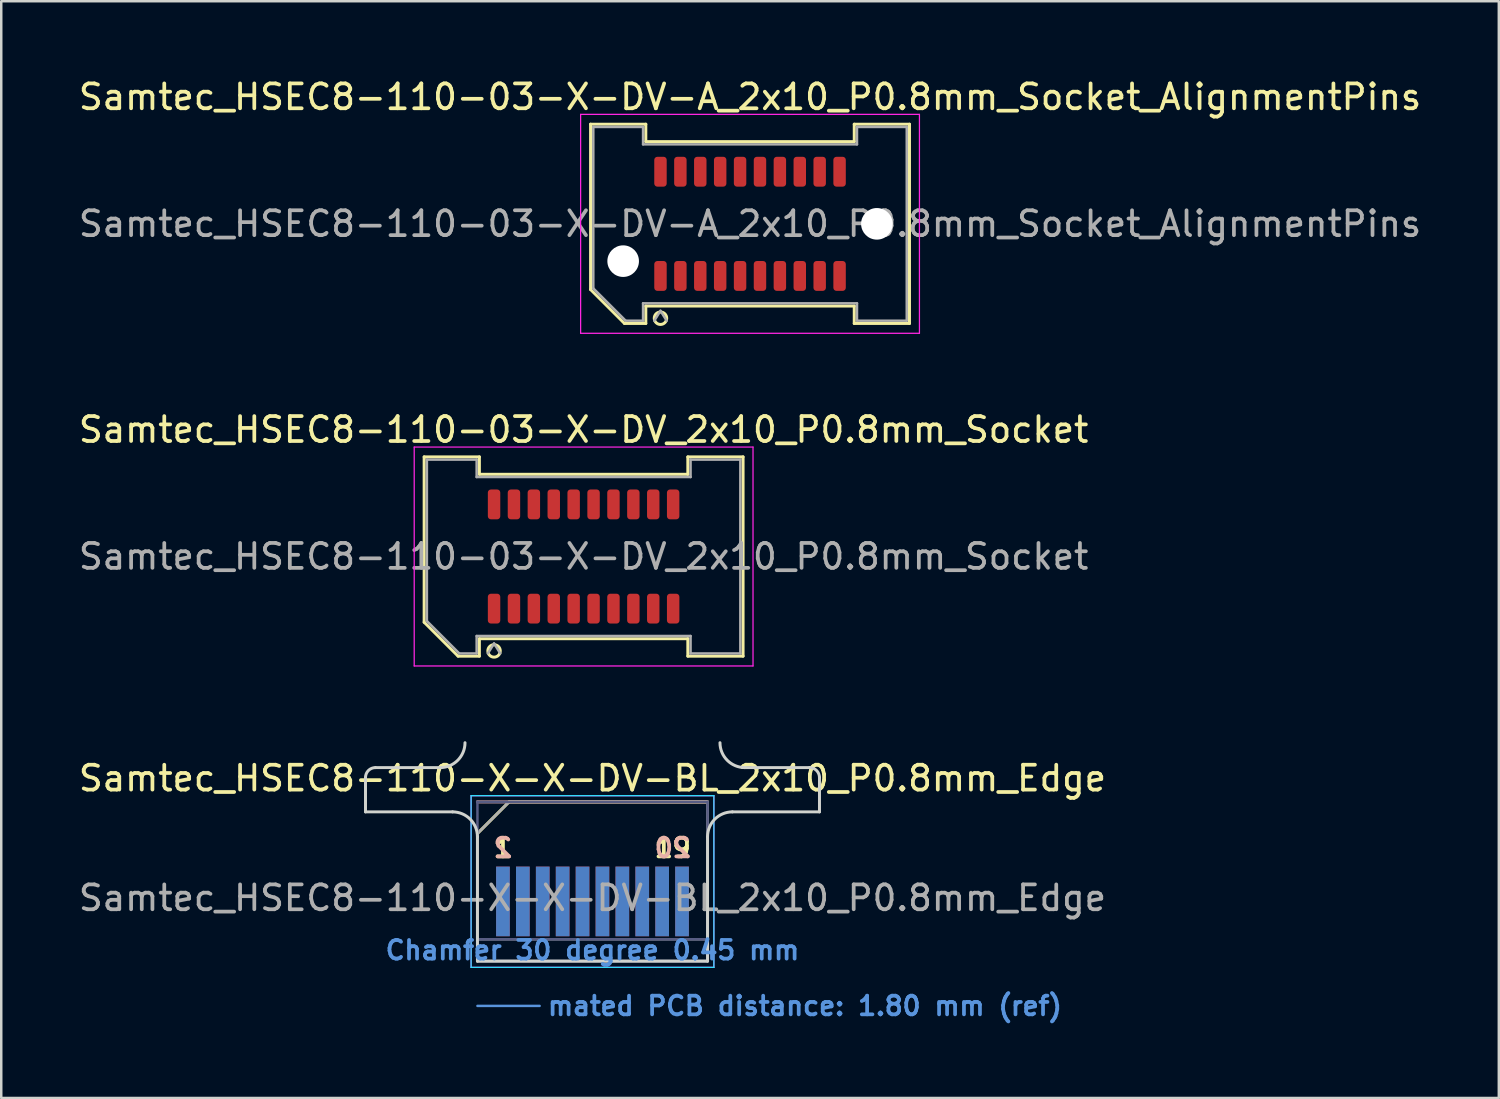
<source format=kicad_pcb>
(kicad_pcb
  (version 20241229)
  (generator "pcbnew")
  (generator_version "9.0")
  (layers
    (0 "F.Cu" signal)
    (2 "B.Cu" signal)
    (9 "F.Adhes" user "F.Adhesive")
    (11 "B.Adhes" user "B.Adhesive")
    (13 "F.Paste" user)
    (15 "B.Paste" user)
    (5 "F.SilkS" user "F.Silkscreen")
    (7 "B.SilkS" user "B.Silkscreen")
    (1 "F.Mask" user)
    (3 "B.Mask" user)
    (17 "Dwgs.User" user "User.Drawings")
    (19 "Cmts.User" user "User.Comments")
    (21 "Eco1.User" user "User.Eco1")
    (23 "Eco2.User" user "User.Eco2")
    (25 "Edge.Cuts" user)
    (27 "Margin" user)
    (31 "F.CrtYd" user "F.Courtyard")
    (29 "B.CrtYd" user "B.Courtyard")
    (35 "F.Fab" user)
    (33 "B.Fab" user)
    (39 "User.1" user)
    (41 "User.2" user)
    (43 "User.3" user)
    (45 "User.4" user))
  (footprint "Samtec_HSEC8-110-03-X-DV_2x10_P0.8mm_Socket"
    (layer "F.Cu")
    (at 20.411 19.322)
    (property "Reference" "Samtec_HSEC8-110-03-X-DV_2x10_P0.8mm_Socket" (at 0 -5.1 0) (layer "F.SilkS") (effects (font (size 1 1) (thickness 0.15))))
    (attr smd)
    (fp_line (start -6.41 -4.005) (end -4.19 -4.005) (stroke (width 0.12) (type solid)) (layer "F.SilkS"))
    (fp_line (start -6.41 2.641) (end -6.41 -4.005) (stroke (width 0.12) (type solid)) (layer "F.SilkS"))
    (fp_line (start -5.046 4.005) (end -6.41 2.641) (stroke (width 0.12) (type solid)) (layer "F.SilkS"))
    (fp_line (start -4.19 -4.005) (end -4.19 -3.305) (stroke (width 0.12) (type solid)) (layer "F.SilkS"))
    (fp_line (start -4.19 -3.305) (end 4.19 -3.305) (stroke (width 0.12) (type solid)) (layer "F.SilkS"))
    (fp_line (start -4.19 3.305) (end -4.19 4.005) (stroke (width 0.12) (type solid)) (layer "F.SilkS"))
    (fp_line (start -4.19 4.005) (end -5.046 4.005) (stroke (width 0.12) (type solid)) (layer "F.SilkS"))
    (fp_line (start 4.19 -4.005) (end 6.41 -4.005) (stroke (width 0.12) (type solid)) (layer "F.SilkS"))
    (fp_line (start 4.19 -3.305) (end 4.19 -4.005) (stroke (width 0.12) (type solid)) (layer "F.SilkS"))
    (fp_line (start 4.19 3.305) (end -4.19 3.305) (stroke (width 0.12) (type solid)) (layer "F.SilkS"))
    (fp_line (start 4.19 4.005) (end 4.19 3.305) (stroke (width 0.12) (type solid)) (layer "F.SilkS"))
    (fp_line (start 6.41 -4.005) (end 6.41 4.005) (stroke (width 0.12) (type solid)) (layer "F.SilkS"))
    (fp_line (start 6.41 4.005) (end 4.19 4.005) (stroke (width 0.12) (type solid)) (layer "F.SilkS"))
    (fp_arc (start -3.35 3.795) (mid -3.85 3.795) (end -3.35 3.795) (stroke (width 0.12) (type solid)) (layer "F.SilkS"))
    (fp_line (start -6.81 -4.4) (end -6.81 4.4) (stroke (width 0.05) (type solid)) (layer "F.CrtYd"))
    (fp_line (start -6.81 4.4) (end 6.81 4.4) (stroke (width 0.05) (type solid)) (layer "F.CrtYd"))
    (fp_line (start 6.81 -4.4) (end -6.81 -4.4) (stroke (width 0.05) (type solid)) (layer "F.CrtYd"))
    (fp_line (start 6.81 4.4) (end 6.81 -4.4) (stroke (width 0.05) (type solid)) (layer "F.CrtYd"))
    (fp_line (start -6.3 -3.895) (end -4.3 -3.895) (stroke (width 0.1) (type solid)) (layer "F.Fab"))
    (fp_line (start -6.3 2.595) (end -6.3 -3.895) (stroke (width 0.1) (type solid)) (layer "F.Fab"))
    (fp_line (start -5 3.895) (end -6.3 2.595) (stroke (width 0.1) (type solid)) (layer "F.Fab"))
    (fp_line (start -4.3 -3.895) (end -4.3 -3.195) (stroke (width 0.1) (type solid)) (layer "F.Fab"))
    (fp_line (start -4.3 -3.195) (end 4.3 -3.195) (stroke (width 0.1) (type solid)) (layer "F.Fab"))
    (fp_line (start -4.3 3.195) (end -4.3 3.895) (stroke (width 0.1) (type solid)) (layer "F.Fab"))
    (fp_line (start -4.3 3.895) (end -5 3.895) (stroke (width 0.1) (type solid)) (layer "F.Fab"))
    (fp_line (start -3.6 3.495) (end -3.85 3.895) (stroke (width 0.1) (type solid)) (layer "F.Fab"))
    (fp_line (start -3.6 3.495) (end -3.35 3.895) (stroke (width 0.1) (type solid)) (layer "F.Fab"))
    (fp_line (start 4.3 -3.895) (end 6.3 -3.895) (stroke (width 0.1) (type solid)) (layer "F.Fab"))
    (fp_line (start 4.3 -3.195) (end 4.3 -3.895) (stroke (width 0.1) (type solid)) (layer "F.Fab"))
    (fp_line (start 4.3 3.195) (end -4.3 3.195) (stroke (width 0.1) (type solid)) (layer "F.Fab"))
    (fp_line (start 4.3 3.895) (end 4.3 3.195) (stroke (width 0.1) (type solid)) (layer "F.Fab"))
    (fp_line (start 6.3 -3.895) (end 6.3 3.895) (stroke (width 0.1) (type solid)) (layer "F.Fab"))
    (fp_line (start 6.3 3.895) (end 4.3 3.895) (stroke (width 0.1) (type solid)) (layer "F.Fab"))
    (fp_text user "${REFERENCE}" (at 0 0 0) (layer "F.Fab") (effects (font (size 1 1) (thickness 0.15))))
    (pad "1" smd roundrect (at -3.6 2.095) (size 0.5 1.2) (layers "F.Cu" "F.Mask" "F.Paste") (roundrect_rratio 0.25))
    (pad "2" smd roundrect (at -3.6 -2.095) (size 0.5 1.2) (layers "F.Cu" "F.Mask" "F.Paste") (roundrect_rratio 0.25))
    (pad "3" smd roundrect (at -2.8 2.095) (size 0.5 1.2) (layers "F.Cu" "F.Mask" "F.Paste") (roundrect_rratio 0.25))
    (pad "4" smd roundrect (at -2.8 -2.095) (size 0.5 1.2) (layers "F.Cu" "F.Mask" "F.Paste") (roundrect_rratio 0.25))
    (pad "5" smd roundrect (at -2 2.095) (size 0.5 1.2) (layers "F.Cu" "F.Mask" "F.Paste") (roundrect_rratio 0.25))
    (pad "6" smd roundrect (at -2 -2.095) (size 0.5 1.2) (layers "F.Cu" "F.Mask" "F.Paste") (roundrect_rratio 0.25))
    (pad "7" smd roundrect (at -1.2 2.095) (size 0.5 1.2) (layers "F.Cu" "F.Mask" "F.Paste") (roundrect_rratio 0.25))
    (pad "8" smd roundrect (at -1.2 -2.095) (size 0.5 1.2) (layers "F.Cu" "F.Mask" "F.Paste") (roundrect_rratio 0.25))
    (pad "9" smd roundrect (at -0.4 2.095) (size 0.5 1.2) (layers "F.Cu" "F.Mask" "F.Paste") (roundrect_rratio 0.25))
    (pad "10" smd roundrect (at -0.4 -2.095) (size 0.5 1.2) (layers "F.Cu" "F.Mask" "F.Paste") (roundrect_rratio 0.25))
    (pad "11" smd roundrect (at 0.4 2.095) (size 0.5 1.2) (layers "F.Cu" "F.Mask" "F.Paste") (roundrect_rratio 0.25))
    (pad "12" smd roundrect (at 0.4 -2.095) (size 0.5 1.2) (layers "F.Cu" "F.Mask" "F.Paste") (roundrect_rratio 0.25))
    (pad "13" smd roundrect (at 1.2 2.095) (size 0.5 1.2) (layers "F.Cu" "F.Mask" "F.Paste") (roundrect_rratio 0.25))
    (pad "14" smd roundrect (at 1.2 -2.095) (size 0.5 1.2) (layers "F.Cu" "F.Mask" "F.Paste") (roundrect_rratio 0.25))
    (pad "15" smd roundrect (at 2 2.095) (size 0.5 1.2) (layers "F.Cu" "F.Mask" "F.Paste") (roundrect_rratio 0.25))
    (pad "16" smd roundrect (at 2 -2.095) (size 0.5 1.2) (layers "F.Cu" "F.Mask" "F.Paste") (roundrect_rratio 0.25))
    (pad "17" smd roundrect (at 2.8 2.095) (size 0.5 1.2) (layers "F.Cu" "F.Mask" "F.Paste") (roundrect_rratio 0.25))
    (pad "18" smd roundrect (at 2.8 -2.095) (size 0.5 1.2) (layers "F.Cu" "F.Mask" "F.Paste") (roundrect_rratio 0.25))
    (pad "19" smd roundrect (at 3.6 2.095) (size 0.5 1.2) (layers "F.Cu" "F.Mask" "F.Paste") (roundrect_rratio 0.25))
    (pad "20" smd roundrect (at 3.6 -2.095) (size 0.5 1.2) (layers "F.Cu" "F.Mask" "F.Paste") (roundrect_rratio 0.25)))
  (footprint "Samtec_HSEC8-110-X-X-DV-BL_2x10_P0.8mm_Edge"
    (layer "F.Cu")
    (at 20.768 35.587)
    (property "Reference" "Samtec_HSEC8-110-X-X-DV-BL_2x10_P0.8mm_Edge" (at 0 -7.35 0) (layer "F.SilkS") (effects (font (size 1 1) (thickness 0.15))))
    (attr exclude_from_pos_files exclude_from_bom)
    (fp_line (start -4.625 -5.13) (end -3.355 -6.4) (stroke (width 0.12) (type solid)) (layer "F.SilkS"))
    (fp_line (start -3.355 -6.4) (end 4.625 -6.4) (stroke (width 0.12) (type solid)) (layer "F.SilkS"))
    (fp_line (start -4.625 -6.4) (end -4.625 -6.4) (stroke (width 0.12) (type solid)) (layer "B.SilkS"))
    (fp_line (start -4.625 -6.4) (end 4.625 -6.4) (stroke (width 0.12) (type solid)) (layer "B.SilkS"))
    (fp_line (start -4.625 1.8) (end -2.125 1.8) (stroke (width 0.1) (type solid)) (layer "Cmts.User"))
    (fp_line (start -9.125 -6) (end -9.125 -7.38) (stroke (width 0.12) (type solid)) (layer "Edge.Cuts"))
    (fp_line (start -8.725 -7.78) (end -6.125 -7.78) (stroke (width 0.12) (type solid)) (layer "Edge.Cuts"))
    (fp_line (start -5.625 -6) (end -9.125 -6) (stroke (width 0.12) (type solid)) (layer "Edge.Cuts"))
    (fp_line (start -4.625 -5) (end -4.625 0) (stroke (width 0.12) (type solid)) (layer "Edge.Cuts"))
    (fp_line (start -4.625 0) (end 4.625 0) (stroke (width 0.12) (type solid)) (layer "Edge.Cuts"))
    (fp_line (start 4.625 0) (end 4.625 -5) (stroke (width 0.12) (type solid)) (layer "Edge.Cuts"))
    (fp_line (start 5.625 -6) (end 9.125 -6) (stroke (width 0.12) (type solid)) (layer "Edge.Cuts"))
    (fp_line (start 8.725 -7.78) (end 6.125 -7.78) (stroke (width 0.12) (type solid)) (layer "Edge.Cuts"))
    (fp_line (start 9.125 -6) (end 9.125 -7.38) (stroke (width 0.12) (type solid)) (layer "Edge.Cuts"))
    (fp_arc (start -9.125 -7.38) (mid -9.007843 -7.662843) (end -8.725 -7.78) (stroke (width 0.12) (type solid)) (layer "Edge.Cuts"))
    (fp_arc (start -5.625 -6) (mid -4.917893 -5.707107) (end -4.625 -5) (stroke (width 0.12) (type solid)) (layer "Edge.Cuts"))
    (fp_arc (start -5.125 -8.78) (mid -5.417893 -8.072893) (end -6.125 -7.78) (stroke (width 0.12) (type solid)) (layer "Edge.Cuts"))
    (fp_arc (start 4.625 -5) (mid 4.917893 -5.707107) (end 5.625 -6) (stroke (width 0.12) (type solid)) (layer "Edge.Cuts"))
    (fp_arc (start 6.125 -7.78) (mid 5.417893 -8.072893) (end 5.125 -8.78) (stroke (width 0.12) (type solid)) (layer "Edge.Cuts"))
    (fp_arc (start 8.725 -7.78) (mid 9.007843 -7.662843) (end 9.125 -7.38) (stroke (width 0.12) (type solid)) (layer "Edge.Cuts"))
    (fp_line (start -4.88 -6.65) (end -4.88 0.25) (stroke (width 0.05) (type solid)) (layer "B.CrtYd"))
    (fp_line (start -4.88 0.25) (end 4.88 0.25) (stroke (width 0.05) (type solid)) (layer "B.CrtYd"))
    (fp_line (start 4.88 -6.65) (end -4.88 -6.65) (stroke (width 0.05) (type solid)) (layer "B.CrtYd"))
    (fp_line (start 4.88 0.25) (end 4.88 -6.65) (stroke (width 0.05) (type solid)) (layer "B.CrtYd"))
    (fp_line (start -4.88 -6.65) (end -4.88 0.25) (stroke (width 0.05) (type solid)) (layer "F.CrtYd"))
    (fp_line (start -4.88 0.25) (end 4.88 0.25) (stroke (width 0.05) (type solid)) (layer "F.CrtYd"))
    (fp_line (start 4.88 -6.65) (end -4.88 -6.65) (stroke (width 0.05) (type solid)) (layer "F.CrtYd"))
    (fp_line (start 4.88 0.25) (end 4.88 -6.65) (stroke (width 0.05) (type solid)) (layer "F.CrtYd"))
    (fp_line (start -4.625 -6.4) (end -4.625 -6.4) (stroke (width 0.1) (type solid)) (layer "B.Fab"))
    (fp_line (start -4.625 -6.4) (end -4.625 0) (stroke (width 0.1) (type solid)) (layer "B.Fab"))
    (fp_line (start -4.625 -6.4) (end 4.625 -6.4) (stroke (width 0.1) (type solid)) (layer "B.Fab"))
    (fp_line (start -4.625 -0.88) (end 4.625 -0.88) (stroke (width 0.1) (type solid)) (layer "B.Fab"))
    (fp_line (start -4.625 0) (end 4.625 0) (stroke (width 0.1) (type solid)) (layer "B.Fab"))
    (fp_line (start 4.625 -6.4) (end 4.625 0) (stroke (width 0.1) (type solid)) (layer "B.Fab"))
    (fp_line (start -4.625 -5.13) (end -4.625 0) (stroke (width 0.1) (type solid)) (layer "F.Fab"))
    (fp_line (start -4.625 -5.13) (end -3.355 -6.4) (stroke (width 0.1) (type solid)) (layer "F.Fab"))
    (fp_line (start -4.625 -0.88) (end 4.625 -0.88) (stroke (width 0.1) (type solid)) (layer "F.Fab"))
    (fp_line (start -4.625 0) (end 4.625 0) (stroke (width 0.1) (type solid)) (layer "F.Fab"))
    (fp_line (start -3.355 -6.4) (end 4.625 -6.4) (stroke (width 0.1) (type solid)) (layer "F.Fab"))
    (fp_line (start 4.625 -6.4) (end 4.625 0) (stroke (width 0.1) (type solid)) (layer "F.Fab"))
    (fp_text user "19" (at 3.225 -4.55 0) (layer "F.SilkS") (effects (font (size 0.75 0.75) (thickness 0.15))))
    (fp_text user "1" (at -3.6 -4.55 0) (layer "F.SilkS") (effects (font (size 0.75 0.75) (thickness 0.15))))
    (fp_text user "2" (at -3.6 -4.55 0) (layer "B.SilkS") (effects (font (size 0.75 0.75) (thickness 0.15)) (justify mirror)))
    (fp_text user "20" (at 3.225 -4.55 0) (layer "B.SilkS") (effects (font (size 0.75 0.75) (thickness 0.15)) (justify mirror)))
    (fp_text user "Chamfer 30 degree 0.45 mm" (at 0 -0.44 0) (layer "Cmts.User") (effects (font (size 0.75 0.75) (thickness 0.15))))
    (fp_text user "mated PCB distance: 1.80 mm (ref)" (at -1.88 1.8 0) (layer "Cmts.User") (effects (font (size 0.75 0.75) (thickness 0.15)) (justify left)))
    (fp_text user "${REFERENCE}" (at 0 -2.54 0) (layer "F.Fab") (effects (font (size 1 1) (thickness 0.15))))
    (pad "1" connect rect (at -3.6 -2.4) (size 0.55 2.8) (layers "F.Cu" "F.Mask"))
    (pad "2" connect rect (at -3.6 -2.4) (size 0.55 2.8) (layers "B.Cu" "B.Mask"))
    (pad "3" connect rect (at -2.8 -2.4) (size 0.55 2.8) (layers "F.Cu" "F.Mask"))
    (pad "4" connect rect (at -2.8 -2.4) (size 0.55 2.8) (layers "B.Cu" "B.Mask"))
    (pad "5" connect rect (at -2 -2.4) (size 0.55 2.8) (layers "F.Cu" "F.Mask"))
    (pad "6" connect rect (at -2 -2.4) (size 0.55 2.8) (layers "B.Cu" "B.Mask"))
    (pad "7" connect rect (at -1.2 -2.4) (size 0.55 2.8) (layers "F.Cu" "F.Mask"))
    (pad "8" connect rect (at -1.2 -2.4) (size 0.55 2.8) (layers "B.Cu" "B.Mask"))
    (pad "9" connect rect (at -0.4 -2.4) (size 0.55 2.8) (layers "F.Cu" "F.Mask"))
    (pad "10" connect rect (at -0.4 -2.4) (size 0.55 2.8) (layers "B.Cu" "B.Mask"))
    (pad "11" connect rect (at 0.4 -2.4) (size 0.55 2.8) (layers "F.Cu" "F.Mask"))
    (pad "12" connect rect (at 0.4 -2.4) (size 0.55 2.8) (layers "B.Cu" "B.Mask"))
    (pad "13" connect rect (at 1.2 -2.4) (size 0.55 2.8) (layers "F.Cu" "F.Mask"))
    (pad "14" connect rect (at 1.2 -2.4) (size 0.55 2.8) (layers "B.Cu" "B.Mask"))
    (pad "15" connect rect (at 2 -2.4) (size 0.55 2.8) (layers "F.Cu" "F.Mask"))
    (pad "16" connect rect (at 2 -2.4) (size 0.55 2.8) (layers "B.Cu" "B.Mask"))
    (pad "17" connect rect (at 2.8 -2.4) (size 0.55 2.8) (layers "F.Cu" "F.Mask"))
    (pad "18" connect rect (at 2.8 -2.4) (size 0.55 2.8) (layers "B.Cu" "B.Mask"))
    (pad "19" connect rect (at 3.6 -2.4) (size 0.55 2.8) (layers "F.Cu" "F.Mask"))
    (pad "20" connect rect (at 3.6 -2.4) (size 0.55 2.8) (layers "B.Cu" "B.Mask")))
  (footprint "Samtec_HSEC8-110-03-X-DV-A_2x10_P0.8mm_Socket_AlignmentPins"
    (layer "F.Cu")
    (at 27.101 5.948)
    (property "Reference" "Samtec_HSEC8-110-03-X-DV-A_2x10_P0.8mm_Socket_AlignmentPins" (at 0 -5.1 0) (layer "F.SilkS") (effects (font (size 1 1) (thickness 0.15))))
    (attr smd)
    (fp_line (start -6.41 -4.005) (end -4.19 -4.005) (stroke (width 0.12) (type solid)) (layer "F.SilkS"))
    (fp_line (start -6.41 2.641) (end -6.41 -4.005) (stroke (width 0.12) (type solid)) (layer "F.SilkS"))
    (fp_line (start -5.046 4.005) (end -6.41 2.641) (stroke (width 0.12) (type solid)) (layer "F.SilkS"))
    (fp_line (start -4.19 -4.005) (end -4.19 -3.305) (stroke (width 0.12) (type solid)) (layer "F.SilkS"))
    (fp_line (start -4.19 -3.305) (end 4.19 -3.305) (stroke (width 0.12) (type solid)) (layer "F.SilkS"))
    (fp_line (start -4.19 3.305) (end -4.19 4.005) (stroke (width 0.12) (type solid)) (layer "F.SilkS"))
    (fp_line (start -4.19 4.005) (end -5.046 4.005) (stroke (width 0.12) (type solid)) (layer "F.SilkS"))
    (fp_line (start 4.19 -4.005) (end 6.41 -4.005) (stroke (width 0.12) (type solid)) (layer "F.SilkS"))
    (fp_line (start 4.19 -3.305) (end 4.19 -4.005) (stroke (width 0.12) (type solid)) (layer "F.SilkS"))
    (fp_line (start 4.19 3.305) (end -4.19 3.305) (stroke (width 0.12) (type solid)) (layer "F.SilkS"))
    (fp_line (start 4.19 4.005) (end 4.19 3.305) (stroke (width 0.12) (type solid)) (layer "F.SilkS"))
    (fp_line (start 6.41 -4.005) (end 6.41 4.005) (stroke (width 0.12) (type solid)) (layer "F.SilkS"))
    (fp_line (start 6.41 4.005) (end 4.19 4.005) (stroke (width 0.12) (type solid)) (layer "F.SilkS"))
    (fp_arc (start -3.35 3.795) (mid -3.85 3.795) (end -3.35 3.795) (stroke (width 0.12) (type solid)) (layer "F.SilkS"))
    (fp_line (start -6.81 -4.4) (end -6.81 4.4) (stroke (width 0.05) (type solid)) (layer "F.CrtYd"))
    (fp_line (start -6.81 4.4) (end 6.81 4.4) (stroke (width 0.05) (type solid)) (layer "F.CrtYd"))
    (fp_line (start 6.81 -4.4) (end -6.81 -4.4) (stroke (width 0.05) (type solid)) (layer "F.CrtYd"))
    (fp_line (start 6.81 4.4) (end 6.81 -4.4) (stroke (width 0.05) (type solid)) (layer "F.CrtYd"))
    (fp_line (start -6.3 -3.895) (end -4.3 -3.895) (stroke (width 0.1) (type solid)) (layer "F.Fab"))
    (fp_line (start -6.3 2.595) (end -6.3 -3.895) (stroke (width 0.1) (type solid)) (layer "F.Fab"))
    (fp_line (start -5 3.895) (end -6.3 2.595) (stroke (width 0.1) (type solid)) (layer "F.Fab"))
    (fp_line (start -4.3 -3.895) (end -4.3 -3.195) (stroke (width 0.1) (type solid)) (layer "F.Fab"))
    (fp_line (start -4.3 -3.195) (end 4.3 -3.195) (stroke (width 0.1) (type solid)) (layer "F.Fab"))
    (fp_line (start -4.3 3.195) (end -4.3 3.895) (stroke (width 0.1) (type solid)) (layer "F.Fab"))
    (fp_line (start -4.3 3.895) (end -5 3.895) (stroke (width 0.1) (type solid)) (layer "F.Fab"))
    (fp_line (start -3.6 3.495) (end -3.85 3.895) (stroke (width 0.1) (type solid)) (layer "F.Fab"))
    (fp_line (start -3.6 3.495) (end -3.35 3.895) (stroke (width 0.1) (type solid)) (layer "F.Fab"))
    (fp_line (start 4.3 -3.895) (end 6.3 -3.895) (stroke (width 0.1) (type solid)) (layer "F.Fab"))
    (fp_line (start 4.3 -3.195) (end 4.3 -3.895) (stroke (width 0.1) (type solid)) (layer "F.Fab"))
    (fp_line (start 4.3 3.195) (end -4.3 3.195) (stroke (width 0.1) (type solid)) (layer "F.Fab"))
    (fp_line (start 4.3 3.895) (end 4.3 3.195) (stroke (width 0.1) (type solid)) (layer "F.Fab"))
    (fp_line (start 6.3 -3.895) (end 6.3 3.895) (stroke (width 0.1) (type solid)) (layer "F.Fab"))
    (fp_line (start 6.3 3.895) (end 4.3 3.895) (stroke (width 0.1) (type solid)) (layer "F.Fab"))
    (fp_text user "${REFERENCE}" (at 0 0 0) (layer "F.Fab") (effects (font (size 1 1) (thickness 0.15))))
    (pad "" np_thru_hole circle (at -5.1 1.5) (size 1.27 1.27) (drill 1.27) (layers "*.Cu" "*.Mask"))
    (pad "" np_thru_hole circle (at 5.1 0) (size 1.27 1.27) (drill 1.27) (layers "*.Cu" "*.Mask"))
    (pad "1" smd roundrect (at -3.6 2.095) (size 0.5 1.2) (layers "F.Cu" "F.Mask" "F.Paste") (roundrect_rratio 0.25))
    (pad "2" smd roundrect (at -3.6 -2.095) (size 0.5 1.2) (layers "F.Cu" "F.Mask" "F.Paste") (roundrect_rratio 0.25))
    (pad "3" smd roundrect (at -2.8 2.095) (size 0.5 1.2) (layers "F.Cu" "F.Mask" "F.Paste") (roundrect_rratio 0.25))
    (pad "4" smd roundrect (at -2.8 -2.095) (size 0.5 1.2) (layers "F.Cu" "F.Mask" "F.Paste") (roundrect_rratio 0.25))
    (pad "5" smd roundrect (at -2 2.095) (size 0.5 1.2) (layers "F.Cu" "F.Mask" "F.Paste") (roundrect_rratio 0.25))
    (pad "6" smd roundrect (at -2 -2.095) (size 0.5 1.2) (layers "F.Cu" "F.Mask" "F.Paste") (roundrect_rratio 0.25))
    (pad "7" smd roundrect (at -1.2 2.095) (size 0.5 1.2) (layers "F.Cu" "F.Mask" "F.Paste") (roundrect_rratio 0.25))
    (pad "8" smd roundrect (at -1.2 -2.095) (size 0.5 1.2) (layers "F.Cu" "F.Mask" "F.Paste") (roundrect_rratio 0.25))
    (pad "9" smd roundrect (at -0.4 2.095) (size 0.5 1.2) (layers "F.Cu" "F.Mask" "F.Paste") (roundrect_rratio 0.25))
    (pad "10" smd roundrect (at -0.4 -2.095) (size 0.5 1.2) (layers "F.Cu" "F.Mask" "F.Paste") (roundrect_rratio 0.25))
    (pad "11" smd roundrect (at 0.4 2.095) (size 0.5 1.2) (layers "F.Cu" "F.Mask" "F.Paste") (roundrect_rratio 0.25))
    (pad "12" smd roundrect (at 0.4 -2.095) (size 0.5 1.2) (layers "F.Cu" "F.Mask" "F.Paste") (roundrect_rratio 0.25))
    (pad "13" smd roundrect (at 1.2 2.095) (size 0.5 1.2) (layers "F.Cu" "F.Mask" "F.Paste") (roundrect_rratio 0.25))
    (pad "14" smd roundrect (at 1.2 -2.095) (size 0.5 1.2) (layers "F.Cu" "F.Mask" "F.Paste") (roundrect_rratio 0.25))
    (pad "15" smd roundrect (at 2 2.095) (size 0.5 1.2) (layers "F.Cu" "F.Mask" "F.Paste") (roundrect_rratio 0.25))
    (pad "16" smd roundrect (at 2 -2.095) (size 0.5 1.2) (layers "F.Cu" "F.Mask" "F.Paste") (roundrect_rratio 0.25))
    (pad "17" smd roundrect (at 2.8 2.095) (size 0.5 1.2) (layers "F.Cu" "F.Mask" "F.Paste") (roundrect_rratio 0.25))
    (pad "18" smd roundrect (at 2.8 -2.095) (size 0.5 1.2) (layers "F.Cu" "F.Mask" "F.Paste") (roundrect_rratio 0.25))
    (pad "19" smd roundrect (at 3.6 2.095) (size 0.5 1.2) (layers "F.Cu" "F.Mask" "F.Paste") (roundrect_rratio 0.25))
    (pad "20" smd roundrect (at 3.6 -2.095) (size 0.5 1.2) (layers "F.Cu" "F.Mask" "F.Paste") (roundrect_rratio 0.25)))
  (gr_rect
    (start -3 -3)
    (end 57.202 41.089)
    (stroke (width 0.1) (type default))
    (fill no)
    (layer "Edge.Cuts")))
</source>
